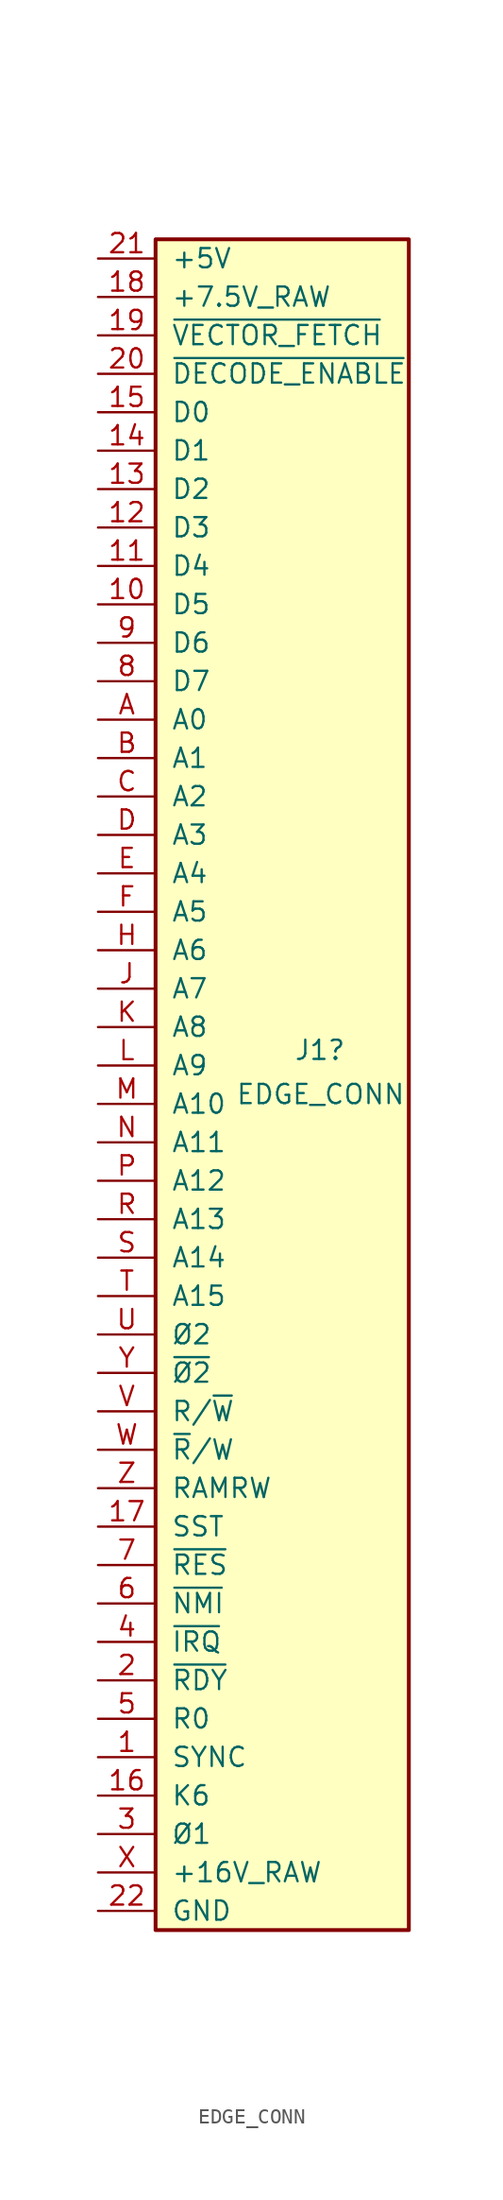
<source format=kicad_sym>
(kicad_symbol_lib
  (version 20220914)
  (generator kicad_symbol_editor)
  (symbol "EDGE_CONN"
    (pin_names
      (offset 1.016))
    (property "Reference" "J1"
      (at 7.874 1.016 0)
      (effects (font (size 1.27 1.27)) (justify left)))
    (property "Value" "EDGE_CONN"
      (at 9.652 -1.905 0)
      (effects (font (size 1.27 1.27))))
    (symbol "EDGE_CONN_1_1"
      (rectangle (start -1.27 54.61) (end 15.494 -57.15) (stroke (width 0.254) (type default)) (fill (type background)))
      (pin passive line (at -5.08 -45.72 0) (length 3.81) (name "SYNC" (effects (font (size 1.27 1.27)))) (number "1" (effects (font (size 1.27 1.27)))))
      (pin passive line (at -5.08 30.48 0) (length 3.81) (name "D5" (effects (font (size 1.27 1.27)))) (number "10" (effects (font (size 1.27 1.27)))))
      (pin passive line (at -5.08 33.02 0) (length 3.81) (name "D4" (effects (font (size 1.27 1.27)))) (number "11" (effects (font (size 1.27 1.27)))))
      (pin passive line (at -5.08 35.56 0) (length 3.81) (name "D3" (effects (font (size 1.27 1.27)))) (number "12" (effects (font (size 1.27 1.27)))))
      (pin passive line (at -5.08 38.1 0) (length 3.81) (name "D2" (effects (font (size 1.27 1.27)))) (number "13" (effects (font (size 1.27 1.27)))))
      (pin passive line (at -5.08 40.64 0) (length 3.81) (name "D1" (effects (font (size 1.27 1.27)))) (number "14" (effects (font (size 1.27 1.27)))))
      (pin passive line (at -5.08 43.18 0) (length 3.81) (name "D0" (effects (font (size 1.27 1.27)))) (number "15" (effects (font (size 1.27 1.27)))))
      (pin passive line (at -5.08 -48.26 0) (length 3.81) (name "K6" (effects (font (size 1.27 1.27)))) (number "16" (effects (font (size 1.27 1.27)))))
      (pin passive line (at -5.08 -30.48 0) (length 3.81) (name "SST" (effects (font (size 1.27 1.27)))) (number "17" (effects (font (size 1.27 1.27)))))
      (pin passive line (at -5.08 50.8 0) (length 3.81) (name "+7.5V_RAW" (effects (font (size 1.27 1.27)))) (number "18" (effects (font (size 1.27 1.27)))))
      (pin passive line (at -5.08 48.26 0) (length 3.81) (name "~{VECTOR_FETCH}" (effects (font (size 1.27 1.27)))) (number "19" (effects (font (size 1.27 1.27)))))
      (pin passive line (at -5.08 -40.64 0) (length 3.81) (name "~{RDY}" (effects (font (size 1.27 1.27)))) (number "2" (effects (font (size 1.27 1.27)))))
      (pin passive line (at -5.08 45.72 0) (length 3.81) (name "~{DECODE_ENABLE}" (effects (font (size 1.27 1.27)))) (number "20" (effects (font (size 1.27 1.27)))))
      (pin passive line (at -5.08 53.34 0) (length 3.81) (name "+5V" (effects (font (size 1.27 1.27)))) (number "21" (effects (font (size 1.27 1.27)))))
      (pin passive line (at -5.08 -55.88 0) (length 3.81) (name "GND" (effects (font (size 1.27 1.27)))) (number "22" (effects (font (size 1.27 1.27)))))
      (pin passive line (at -5.08 -50.8 0) (length 3.81) (name "Ø1" (effects (font (size 1.27 1.27)))) (number "3" (effects (font (size 1.27 1.27)))))
      (pin passive line (at -5.08 -38.1 0) (length 3.81) (name "~{IRQ}" (effects (font (size 1.27 1.27)))) (number "4" (effects (font (size 1.27 1.27)))))
      (pin passive line (at -5.08 -43.18 0) (length 3.81) (name "R0" (effects (font (size 1.27 1.27)))) (number "5" (effects (font (size 1.27 1.27)))))
      (pin passive line (at -5.08 -35.56 0) (length 3.81) (name "~{NMI}" (effects (font (size 1.27 1.27)))) (number "6" (effects (font (size 1.27 1.27)))))
      (pin passive line (at -5.08 -33.02 0) (length 3.81) (name "~{RES}" (effects (font (size 1.27 1.27)))) (number "7" (effects (font (size 1.27 1.27)))))
      (pin passive line (at -5.08 25.4 0) (length 3.81) (name "D7" (effects (font (size 1.27 1.27)))) (number "8" (effects (font (size 1.27 1.27)))))
      (pin passive line (at -5.08 27.94 0) (length 3.81) (name "D6" (effects (font (size 1.27 1.27)))) (number "9" (effects (font (size 1.27 1.27)))))
      (pin passive line (at -5.08 22.86 0) (length 3.81) (name "A0" (effects (font (size 1.27 1.27)))) (number "A" (effects (font (size 1.27 1.27)))))
      (pin passive line (at -5.08 20.32 0) (length 3.81) (name "A1" (effects (font (size 1.27 1.27)))) (number "B" (effects (font (size 1.27 1.27)))))
      (pin passive line (at -5.08 17.78 0) (length 3.81) (name "A2" (effects (font (size 1.27 1.27)))) (number "C" (effects (font (size 1.27 1.27)))))
      (pin passive line (at -5.08 15.24 0) (length 3.81) (name "A3" (effects (font (size 1.27 1.27)))) (number "D" (effects (font (size 1.27 1.27)))))
      (pin passive line (at -5.08 12.7 0) (length 3.81) (name "A4" (effects (font (size 1.27 1.27)))) (number "E" (effects (font (size 1.27 1.27)))))
      (pin passive line (at -5.08 10.16 0) (length 3.81) (name "A5" (effects (font (size 1.27 1.27)))) (number "F" (effects (font (size 1.27 1.27)))))
      (pin passive line (at -5.08 7.62 0) (length 3.81) (name "A6" (effects (font (size 1.27 1.27)))) (number "H" (effects (font (size 1.27 1.27)))))
      (pin passive line (at -5.08 5.08 0) (length 3.81) (name "A7" (effects (font (size 1.27 1.27)))) (number "J" (effects (font (size 1.27 1.27)))))
      (pin passive line (at -5.08 2.54 0) (length 3.81) (name "A8" (effects (font (size 1.27 1.27)))) (number "K" (effects (font (size 1.27 1.27)))))
      (pin passive line (at -5.08 0 0) (length 3.81) (name "A9" (effects (font (size 1.27 1.27)))) (number "L" (effects (font (size 1.27 1.27)))))
      (pin passive line (at -5.08 -2.54 0) (length 3.81) (name "A10" (effects (font (size 1.27 1.27)))) (number "M" (effects (font (size 1.27 1.27)))))
      (pin passive line (at -5.08 -5.08 0) (length 3.81) (name "A11" (effects (font (size 1.27 1.27)))) (number "N" (effects (font (size 1.27 1.27)))))
      (pin passive line (at -5.08 -7.62 0) (length 3.81) (name "A12" (effects (font (size 1.27 1.27)))) (number "P" (effects (font (size 1.27 1.27)))))
      (pin passive line (at -5.08 -10.16 0) (length 3.81) (name "A13" (effects (font (size 1.27 1.27)))) (number "R" (effects (font (size 1.27 1.27)))))
      (pin passive line (at -5.08 -12.7 0) (length 3.81) (name "A14" (effects (font (size 1.27 1.27)))) (number "S" (effects (font (size 1.27 1.27)))))
      (pin passive line (at -5.08 -15.24 0) (length 3.81) (name "A15" (effects (font (size 1.27 1.27)))) (number "T" (effects (font (size 1.27 1.27)))))
      (pin passive line (at -5.08 -17.78 0) (length 3.81) (name "Ø2" (effects (font (size 1.27 1.27)))) (number "U" (effects (font (size 1.27 1.27)))))
      (pin passive line (at -5.08 -22.86 0) (length 3.81) (name "R/~{W}" (effects (font (size 1.27 1.27)))) (number "V" (effects (font (size 1.27 1.27)))))
      (pin passive line (at -5.08 -25.4 0) (length 3.81) (name "~{R}/W" (effects (font (size 1.27 1.27)))) (number "W" (effects (font (size 1.27 1.27)))))
      (pin passive line (at -5.08 -53.34 0) (length 3.81) (name "+16V_RAW" (effects (font (size 1.27 1.27)))) (number "X" (effects (font (size 1.27 1.27)))))
      (pin passive line (at -5.08 -20.32 0) (length 3.81) (name "~{Ø2}" (effects (font (size 1.27 1.27)))) (number "Y" (effects (font (size 1.27 1.27)))))
      (pin passive line (at -5.08 -27.94 0) (length 3.81) (name "RAMRW" (effects (font (size 1.27 1.27)))) (number "Z" (effects (font (size 1.27 1.27))))))))
</source>
